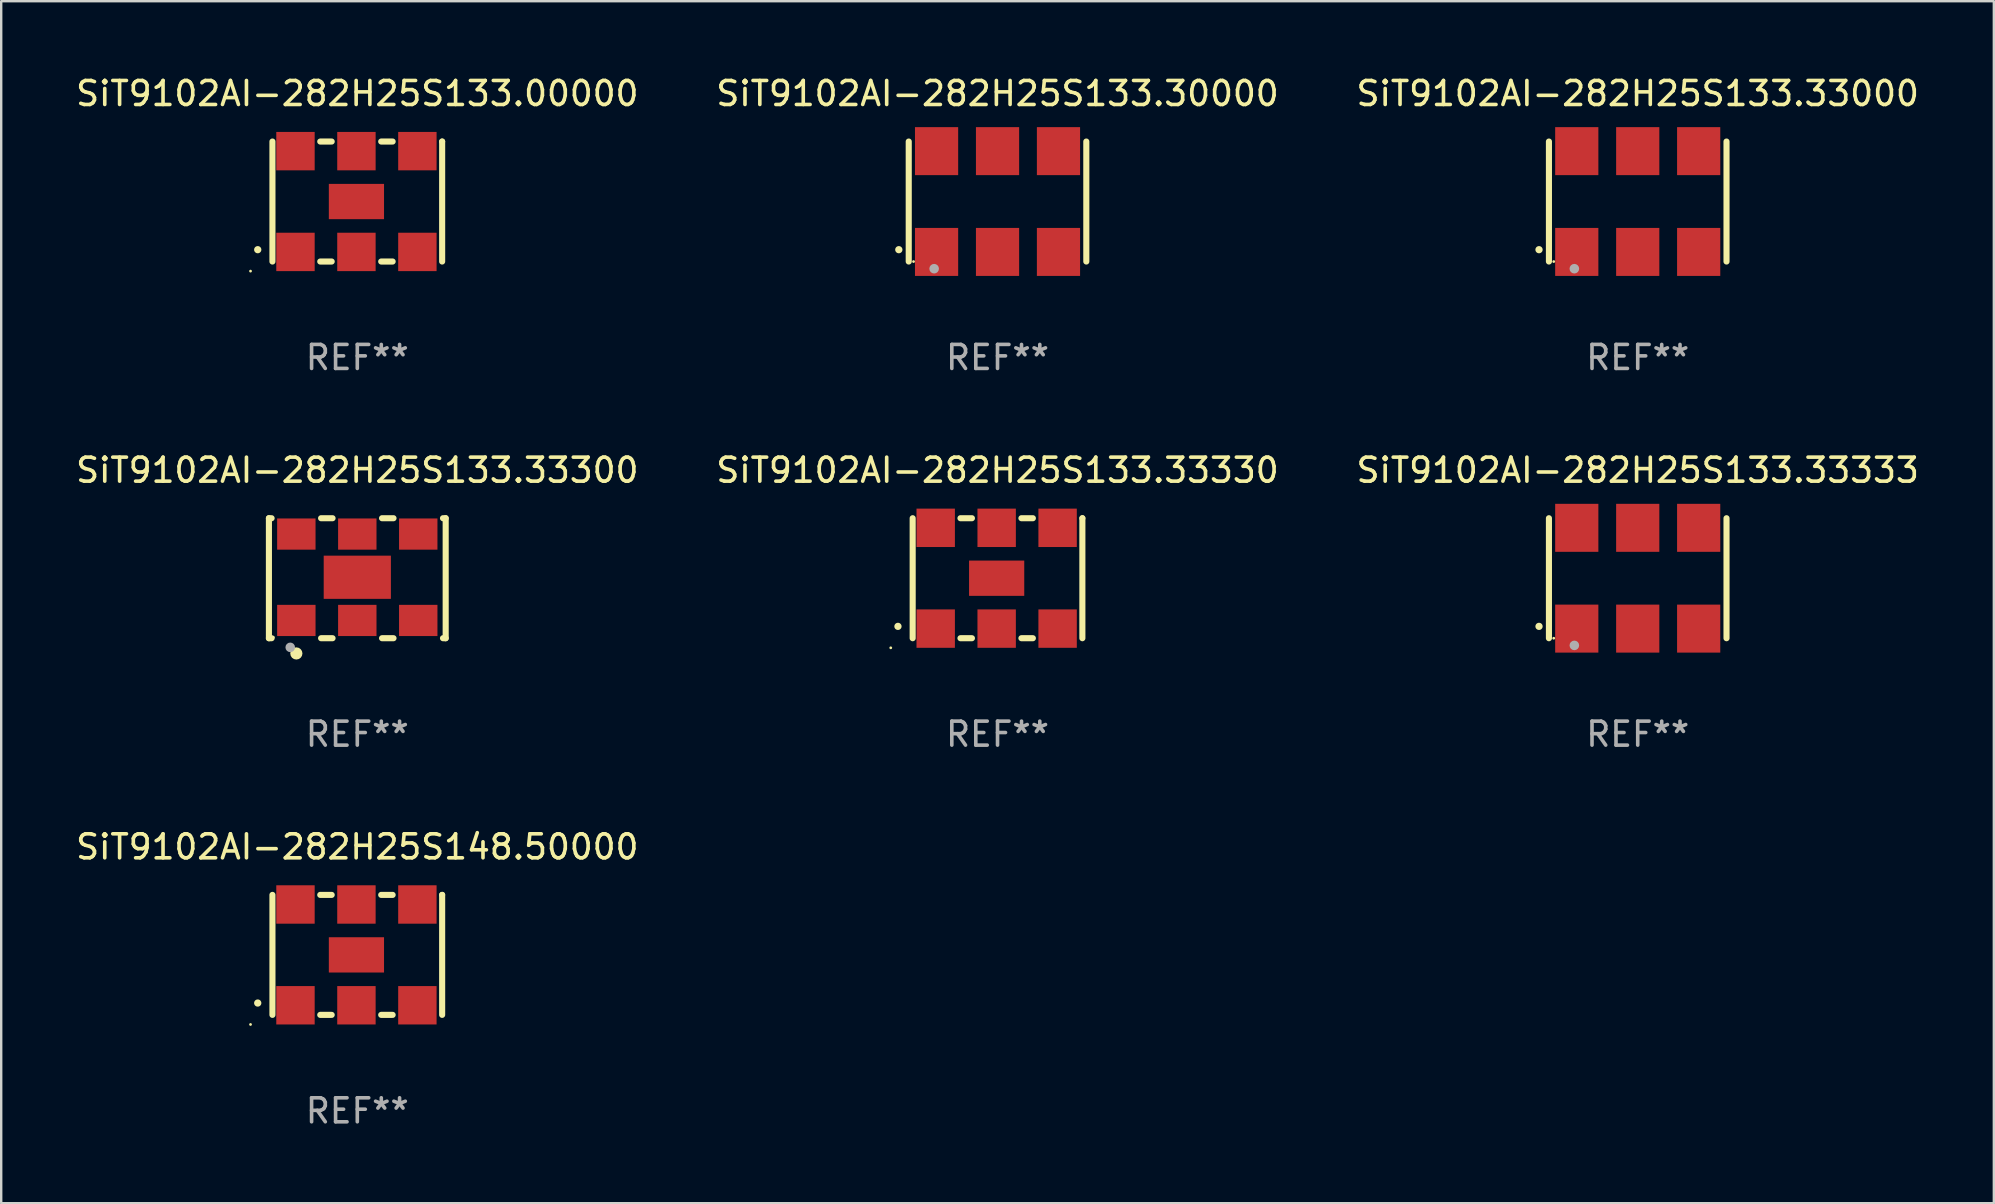
<source format=kicad_pcb>
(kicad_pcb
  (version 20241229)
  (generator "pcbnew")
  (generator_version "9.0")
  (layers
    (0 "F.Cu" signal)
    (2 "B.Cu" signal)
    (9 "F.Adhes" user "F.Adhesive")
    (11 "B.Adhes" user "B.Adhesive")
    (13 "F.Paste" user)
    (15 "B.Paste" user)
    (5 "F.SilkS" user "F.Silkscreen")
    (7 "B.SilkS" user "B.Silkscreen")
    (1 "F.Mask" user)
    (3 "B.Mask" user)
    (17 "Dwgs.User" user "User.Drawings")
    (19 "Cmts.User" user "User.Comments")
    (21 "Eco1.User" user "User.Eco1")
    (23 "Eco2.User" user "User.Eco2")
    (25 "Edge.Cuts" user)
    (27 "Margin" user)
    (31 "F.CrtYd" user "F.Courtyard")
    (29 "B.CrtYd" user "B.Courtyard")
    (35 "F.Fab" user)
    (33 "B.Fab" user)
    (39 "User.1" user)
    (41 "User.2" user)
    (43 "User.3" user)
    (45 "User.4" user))
  (footprint "SiT9102AI-282H25S148.50000"
    (layer "F.Cu")
    (at 11.839 36.741)
    (property "Reference" "SiT9102AI-282H25S148.50000" (at 0 -4.5 0) (layer "F.SilkS") (effects (font (size 1 1) (thickness 0.15))))
    (attr through_hole)
    (fp_line (start -3.536 -2.5) (end -3.536 2.5) (stroke (width 0.254) (type solid)) (layer "F.SilkS"))
    (fp_line (start -1.544 2.5) (end -1.067 2.5) (stroke (width 0.254) (type solid)) (layer "F.SilkS"))
    (fp_line (start -1.067 -2.5) (end -1.544 -2.5) (stroke (width 0.254) (type solid)) (layer "F.SilkS"))
    (fp_line (start 0.996 2.5) (end 1.473 2.5) (stroke (width 0.254) (type solid)) (layer "F.SilkS"))
    (fp_line (start 1.473 -2.5) (end 0.996 -2.5) (stroke (width 0.254) (type solid)) (layer "F.SilkS"))
    (fp_line (start 3.536 -2.5) (end 3.536 -2.5) (stroke (width 0.254) (type solid)) (layer "F.SilkS"))
    (fp_line (start 3.536 2.5) (end 3.536 -2.5) (stroke (width 0.254) (type solid)) (layer "F.SilkS"))
    (fp_arc (start -4.150432 2.006604) (mid -4.149162 2.006599) (end -4.147892 2.006604) (stroke (width 0.3) (type solid)) (layer "F.SilkS"))
    (fp_circle (center -4.449 2.9) (end -4.419 2.9) (stroke (width 0.06) (type solid)) (fill no) (layer "F.SilkS"))
    (fp_text user "REF**" (at 0 6.5 0) (layer "F.Fab") (effects (font (size 1 1) (thickness 0.15))))
    (pad "1" smd rect (at -2.576 2.1) (size 1.6 1.6) (layers "F.Cu" "F.Mask" "F.Paste"))
    (pad "2" smd rect (at -0.036 2.1) (size 1.6 1.6) (layers "F.Cu" "F.Mask" "F.Paste"))
    (pad "3" smd rect (at 2.504 2.1) (size 1.6 1.6) (layers "F.Cu" "F.Mask" "F.Paste"))
    (pad "4" smd rect (at 2.504 -2.1) (size 1.6 1.6) (layers "F.Cu" "F.Mask" "F.Paste"))
    (pad "5" smd rect (at -0.036 -2.1) (size 1.6 1.6) (layers "F.Cu" "F.Mask" "F.Paste"))
    (pad "6" smd rect (at -2.576 -2.1) (size 1.6 1.6) (layers "F.Cu" "F.Mask" "F.Paste"))
    (pad "7" smd rect (at -0.036 0) (size 2.3 1.47) (layers "F.Cu" "F.Mask" "F.Paste")))
  (footprint "SiT9102AI-282H25S133.30000"
    (layer "F.Cu")
    (at 38.518 5.348)
    (property "Reference" "SiT9102AI-282H25S133.30000" (at 0 -4.5 0) (layer "F.SilkS") (effects (font (size 1 1) (thickness 0.15))))
    (attr through_hole)
    (fp_line (start -3.7 -2.5) (end -3.7 2.5) (stroke (width 0.254) (type solid)) (layer "F.SilkS"))
    (fp_line (start 3.7 -2.5) (end 3.7 2.5) (stroke (width 0.254) (type solid)) (layer "F.SilkS"))
    (fp_arc (start -4.114415 2.006604) (mid -4.113145 2.006599) (end -4.111875 2.006604) (stroke (width 0.3) (type solid)) (layer "F.SilkS"))
    (fp_circle (center -3.5 2.501) (end -3.47 2.501) (stroke (width 0.06) (type solid)) (fill no) (layer "F.SilkS"))
    (fp_circle (center -2.641 2.799) (end -2.541 2.799) (stroke (width 0.2) (type solid)) (fill no) (layer "F.Fab"))
    (fp_text user "REF**" (at 0 6.5 0) (layer "F.Fab") (effects (font (size 1 1) (thickness 0.15))))
    (pad "1" smd rect (at -2.54 2.1) (size 1.8 2) (layers "F.Cu" "F.Mask" "F.Paste"))
    (pad "2" smd rect (at 0.000394 2.1) (size 1.8 2) (layers "F.Cu" "F.Mask" "F.Paste"))
    (pad "3" smd rect (at 2.54 2.1) (size 1.8 2) (layers "F.Cu" "F.Mask" "F.Paste"))
    (pad "4" smd rect (at 2.54 -2.1) (size 1.8 2) (layers "F.Cu" "F.Mask" "F.Paste"))
    (pad "5" smd rect (at 0.000394 -2.1) (size 1.8 2) (layers "F.Cu" "F.Mask" "F.Paste"))
    (pad "6" smd rect (at -2.54 -2.1) (size 1.8 2) (layers "F.Cu" "F.Mask" "F.Paste")))
  (footprint "SiT9102AI-282H25S133.00000"
    (layer "F.Cu")
    (at 11.839 5.348)
    (property "Reference" "SiT9102AI-282H25S133.00000" (at 0 -4.5 0) (layer "F.SilkS") (effects (font (size 1 1) (thickness 0.15))))
    (attr through_hole)
    (fp_line (start -3.536 -2.5) (end -3.536 2.5) (stroke (width 0.254) (type solid)) (layer "F.SilkS"))
    (fp_line (start -1.544 2.5) (end -1.067 2.5) (stroke (width 0.254) (type solid)) (layer "F.SilkS"))
    (fp_line (start -1.067 -2.5) (end -1.544 -2.5) (stroke (width 0.254) (type solid)) (layer "F.SilkS"))
    (fp_line (start 0.996 2.5) (end 1.473 2.5) (stroke (width 0.254) (type solid)) (layer "F.SilkS"))
    (fp_line (start 1.473 -2.5) (end 0.996 -2.5) (stroke (width 0.254) (type solid)) (layer "F.SilkS"))
    (fp_line (start 3.536 -2.5) (end 3.536 -2.5) (stroke (width 0.254) (type solid)) (layer "F.SilkS"))
    (fp_line (start 3.536 2.5) (end 3.536 -2.5) (stroke (width 0.254) (type solid)) (layer "F.SilkS"))
    (fp_arc (start -4.150432 2.006604) (mid -4.149162 2.006599) (end -4.147892 2.006604) (stroke (width 0.3) (type solid)) (layer "F.SilkS"))
    (fp_circle (center -4.449 2.9) (end -4.419 2.9) (stroke (width 0.06) (type solid)) (fill no) (layer "F.SilkS"))
    (fp_text user "REF**" (at 0 6.5 0) (layer "F.Fab") (effects (font (size 1 1) (thickness 0.15))))
    (pad "1" smd rect (at -2.576 2.1) (size 1.6 1.6) (layers "F.Cu" "F.Mask" "F.Paste"))
    (pad "2" smd rect (at -0.036 2.1) (size 1.6 1.6) (layers "F.Cu" "F.Mask" "F.Paste"))
    (pad "3" smd rect (at 2.504 2.1) (size 1.6 1.6) (layers "F.Cu" "F.Mask" "F.Paste"))
    (pad "4" smd rect (at 2.504 -2.1) (size 1.6 1.6) (layers "F.Cu" "F.Mask" "F.Paste"))
    (pad "5" smd rect (at -0.036 -2.1) (size 1.6 1.6) (layers "F.Cu" "F.Mask" "F.Paste"))
    (pad "6" smd rect (at -2.576 -2.1) (size 1.6 1.6) (layers "F.Cu" "F.Mask" "F.Paste"))
    (pad "7" smd rect (at -0.036 0) (size 2.3 1.47) (layers "F.Cu" "F.Mask" "F.Paste")))
  (footprint "SiT9102AI-282H25S133.33330"
    (layer "F.Cu")
    (at 38.518 21.045)
    (property "Reference" "SiT9102AI-282H25S133.33330" (at 0 -4.5 0) (layer "F.SilkS") (effects (font (size 1 1) (thickness 0.15))))
    (attr through_hole)
    (fp_line (start -3.536 -2.5) (end -3.536 2.5) (stroke (width 0.254) (type solid)) (layer "F.SilkS"))
    (fp_line (start -1.544 2.5) (end -1.067 2.5) (stroke (width 0.254) (type solid)) (layer "F.SilkS"))
    (fp_line (start -1.067 -2.5) (end -1.544 -2.5) (stroke (width 0.254) (type solid)) (layer "F.SilkS"))
    (fp_line (start 0.996 2.5) (end 1.473 2.5) (stroke (width 0.254) (type solid)) (layer "F.SilkS"))
    (fp_line (start 1.473 -2.5) (end 0.996 -2.5) (stroke (width 0.254) (type solid)) (layer "F.SilkS"))
    (fp_line (start 3.536 -2.5) (end 3.536 -2.5) (stroke (width 0.254) (type solid)) (layer "F.SilkS"))
    (fp_line (start 3.536 2.5) (end 3.536 -2.5) (stroke (width 0.254) (type solid)) (layer "F.SilkS"))
    (fp_arc (start -4.150432 2.006604) (mid -4.149162 2.006599) (end -4.147892 2.006604) (stroke (width 0.3) (type solid)) (layer "F.SilkS"))
    (fp_circle (center -4.449 2.9) (end -4.419 2.9) (stroke (width 0.06) (type solid)) (fill no) (layer "F.SilkS"))
    (fp_text user "REF**" (at 0 6.5 0) (layer "F.Fab") (effects (font (size 1 1) (thickness 0.15))))
    (pad "1" smd rect (at -2.576 2.1) (size 1.6 1.6) (layers "F.Cu" "F.Mask" "F.Paste"))
    (pad "2" smd rect (at -0.036 2.1) (size 1.6 1.6) (layers "F.Cu" "F.Mask" "F.Paste"))
    (pad "3" smd rect (at 2.504 2.1) (size 1.6 1.6) (layers "F.Cu" "F.Mask" "F.Paste"))
    (pad "4" smd rect (at 2.504 -2.1) (size 1.6 1.6) (layers "F.Cu" "F.Mask" "F.Paste"))
    (pad "5" smd rect (at -0.036 -2.1) (size 1.6 1.6) (layers "F.Cu" "F.Mask" "F.Paste"))
    (pad "6" smd rect (at -2.576 -2.1) (size 1.6 1.6) (layers "F.Cu" "F.Mask" "F.Paste"))
    (pad "7" smd rect (at -0.036 0) (size 2.3 1.47) (layers "F.Cu" "F.Mask" "F.Paste")))
  (footprint "SiT9102AI-282H25S133.33300"
    (layer "F.Cu")
    (at 11.839 21.045)
    (property "Reference" "SiT9102AI-282H25S133.33300" (at 0 -4.5 0) (layer "F.SilkS") (effects (font (size 1 1) (thickness 0.15))))
    (attr through_hole)
    (fp_line (start -3.683 -2.5) (end -3.571 -2.5) (stroke (width 0.254) (type solid)) (layer "F.SilkS"))
    (fp_line (start -3.683 2.5) (end -3.683 -2.5) (stroke (width 0.254) (type solid)) (layer "F.SilkS"))
    (fp_line (start -3.683 2.5) (end -3.571 2.5) (stroke (width 0.254) (type solid)) (layer "F.SilkS"))
    (fp_line (start -1.509 -2.5) (end -1.031 -2.5) (stroke (width 0.254) (type solid)) (layer "F.SilkS"))
    (fp_line (start -1.509 2.5) (end -1.031 2.5) (stroke (width 0.254) (type solid)) (layer "F.SilkS"))
    (fp_line (start 1.031 -2.5) (end 1.509 -2.5) (stroke (width 0.254) (type solid)) (layer "F.SilkS"))
    (fp_line (start 1.031 2.5) (end 1.509 2.5) (stroke (width 0.254) (type solid)) (layer "F.SilkS"))
    (fp_line (start 3.571 -2.5) (end 3.683 -2.5) (stroke (width 0.254) (type solid)) (layer "F.SilkS"))
    (fp_line (start 3.571 2.5) (end 3.683 2.5) (stroke (width 0.254) (type solid)) (layer "F.SilkS"))
    (fp_line (start 3.683 2.5) (end 3.683 -2.5) (stroke (width 0.254) (type solid)) (layer "F.SilkS"))
    (fp_circle (center -3.5 2.46) (end -3.47 2.46) (stroke (width 0.06) (type solid)) (fill no) (layer "F.SilkS"))
    (fp_circle (center -2.54 3.135) (end -2.413 3.135) (stroke (width 0.254) (type solid)) (fill no) (layer "F.SilkS"))
    (fp_circle (center -2.794 2.881) (end -2.694 2.881) (stroke (width 0.2) (type solid)) (fill no) (layer "F.Fab"))
    (fp_text user "REF**" (at 0 6.5 0) (layer "F.Fab") (effects (font (size 1 1) (thickness 0.15))))
    (pad "1" smd rect (at -2.54 1.76) (size 1.6 1.3) (layers "F.Cu" "F.Mask" "F.Paste"))
    (pad "2" smd rect (at 0 1.76) (size 1.6 1.3) (layers "F.Cu" "F.Mask" "F.Paste"))
    (pad "3" smd rect (at 2.54 1.76) (size 1.6 1.3) (layers "F.Cu" "F.Mask" "F.Paste"))
    (pad "4" smd rect (at 2.54 -1.84) (size 1.6 1.3) (layers "F.Cu" "F.Mask" "F.Paste"))
    (pad "5" smd rect (at 0 -1.84) (size 1.6 1.3) (layers "F.Cu" "F.Mask" "F.Paste"))
    (pad "6" smd rect (at -2.54 -1.84) (size 1.6 1.3) (layers "F.Cu" "F.Mask" "F.Paste"))
    (pad "7" smd rect (at 0 -0.04) (size 2.8 1.8) (layers "F.Cu" "F.Mask" "F.Paste")))
  (footprint "SiT9102AI-282H25S133.33333"
    (layer "F.Cu")
    (at 65.196 21.045)
    (property "Reference" "SiT9102AI-282H25S133.33333" (at 0 -4.5 0) (layer "F.SilkS") (effects (font (size 1 1) (thickness 0.15))))
    (attr through_hole)
    (fp_line (start -3.7 -2.5) (end -3.7 2.5) (stroke (width 0.254) (type solid)) (layer "F.SilkS"))
    (fp_line (start 3.7 -2.5) (end 3.7 2.5) (stroke (width 0.254) (type solid)) (layer "F.SilkS"))
    (fp_arc (start -4.114415 2.006604) (mid -4.113145 2.006599) (end -4.111875 2.006604) (stroke (width 0.3) (type solid)) (layer "F.SilkS"))
    (fp_circle (center -3.5 2.501) (end -3.47 2.501) (stroke (width 0.06) (type solid)) (fill no) (layer "F.SilkS"))
    (fp_circle (center -2.641 2.799) (end -2.541 2.799) (stroke (width 0.2) (type solid)) (fill no) (layer "F.Fab"))
    (fp_text user "REF**" (at 0 6.5 0) (layer "F.Fab") (effects (font (size 1 1) (thickness 0.15))))
    (pad "1" smd rect (at -2.54 2.1) (size 1.8 2) (layers "F.Cu" "F.Mask" "F.Paste"))
    (pad "2" smd rect (at 0.000394 2.1) (size 1.8 2) (layers "F.Cu" "F.Mask" "F.Paste"))
    (pad "3" smd rect (at 2.54 2.1) (size 1.8 2) (layers "F.Cu" "F.Mask" "F.Paste"))
    (pad "4" smd rect (at 2.54 -2.1) (size 1.8 2) (layers "F.Cu" "F.Mask" "F.Paste"))
    (pad "5" smd rect (at 0.000394 -2.1) (size 1.8 2) (layers "F.Cu" "F.Mask" "F.Paste"))
    (pad "6" smd rect (at -2.54 -2.1) (size 1.8 2) (layers "F.Cu" "F.Mask" "F.Paste")))
  (footprint "SiT9102AI-282H25S133.33000"
    (layer "F.Cu")
    (at 65.196 5.348)
    (property "Reference" "SiT9102AI-282H25S133.33000" (at 0 -4.5 0) (layer "F.SilkS") (effects (font (size 1 1) (thickness 0.15))))
    (attr through_hole)
    (fp_line (start -3.7 -2.5) (end -3.7 2.5) (stroke (width 0.254) (type solid)) (layer "F.SilkS"))
    (fp_line (start 3.7 -2.5) (end 3.7 2.5) (stroke (width 0.254) (type solid)) (layer "F.SilkS"))
    (fp_arc (start -4.114415 2.006604) (mid -4.113145 2.006599) (end -4.111875 2.006604) (stroke (width 0.3) (type solid)) (layer "F.SilkS"))
    (fp_circle (center -3.5 2.501) (end -3.47 2.501) (stroke (width 0.06) (type solid)) (fill no) (layer "F.SilkS"))
    (fp_circle (center -2.641 2.799) (end -2.541 2.799) (stroke (width 0.2) (type solid)) (fill no) (layer "F.Fab"))
    (fp_text user "REF**" (at 0 6.5 0) (layer "F.Fab") (effects (font (size 1 1) (thickness 0.15))))
    (pad "1" smd rect (at -2.54 2.1) (size 1.8 2) (layers "F.Cu" "F.Mask" "F.Paste"))
    (pad "2" smd rect (at 0.000394 2.1) (size 1.8 2) (layers "F.Cu" "F.Mask" "F.Paste"))
    (pad "3" smd rect (at 2.54 2.1) (size 1.8 2) (layers "F.Cu" "F.Mask" "F.Paste"))
    (pad "4" smd rect (at 2.54 -2.1) (size 1.8 2) (layers "F.Cu" "F.Mask" "F.Paste"))
    (pad "5" smd rect (at 0.000394 -2.1) (size 1.8 2) (layers "F.Cu" "F.Mask" "F.Paste"))
    (pad "6" smd rect (at -2.54 -2.1) (size 1.8 2) (layers "F.Cu" "F.Mask" "F.Paste")))
  (gr_rect
    (start -3 -3)
    (end 80.036 47.09)
    (stroke (width 0.1) (type default))
    (fill no)
    (layer "Edge.Cuts")))
</source>
